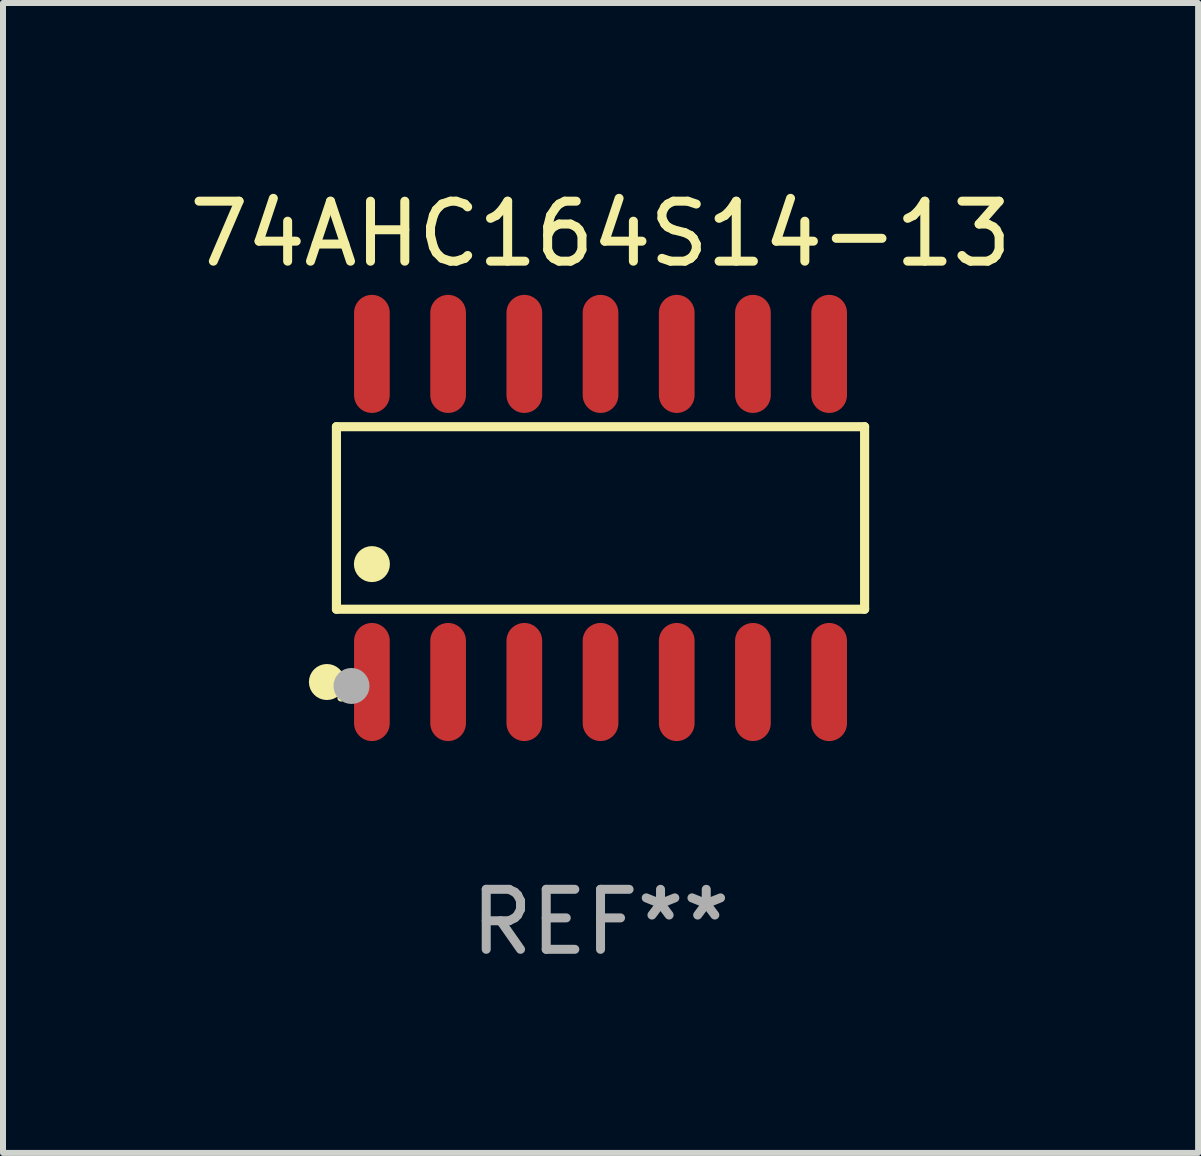
<source format=kicad_pcb>
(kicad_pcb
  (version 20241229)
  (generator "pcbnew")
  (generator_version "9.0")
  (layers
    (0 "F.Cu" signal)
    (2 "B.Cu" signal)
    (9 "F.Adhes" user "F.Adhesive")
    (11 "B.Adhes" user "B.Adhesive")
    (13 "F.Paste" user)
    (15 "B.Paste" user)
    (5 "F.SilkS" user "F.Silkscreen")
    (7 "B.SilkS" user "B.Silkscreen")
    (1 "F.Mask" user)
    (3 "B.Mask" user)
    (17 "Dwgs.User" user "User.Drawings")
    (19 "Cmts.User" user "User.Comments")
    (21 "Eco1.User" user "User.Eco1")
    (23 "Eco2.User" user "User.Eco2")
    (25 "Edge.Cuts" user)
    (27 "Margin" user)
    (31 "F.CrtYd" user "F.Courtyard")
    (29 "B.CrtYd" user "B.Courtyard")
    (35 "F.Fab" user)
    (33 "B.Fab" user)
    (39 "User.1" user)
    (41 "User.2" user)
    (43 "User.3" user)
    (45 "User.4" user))
  (footprint "74AHC164S14-13"
    (layer "F.Cu")
    (at 6.958 5.582)
    (property "Reference" "74AHC164S14-13" (at 0 -4.734 0) (layer "F.SilkS") (effects (font (size 1 1) (thickness 0.15))))
    (attr through_hole)
    (fp_line (start -4.401 -1.521) (end 4.401 -1.521) (stroke (width 0.152) (type solid)) (layer "F.SilkS"))
    (fp_line (start -4.401 1.521) (end -4.401 -1.521) (stroke (width 0.152) (type solid)) (layer "F.SilkS"))
    (fp_line (start 4.401 -1.521) (end 4.401 1.521) (stroke (width 0.152) (type solid)) (layer "F.SilkS"))
    (fp_line (start 4.401 1.521) (end -4.401 1.521) (stroke (width 0.152) (type solid)) (layer "F.SilkS"))
    (fp_circle (center -4.56 2.734) (end -4.41 2.734) (stroke (width 0.3) (type solid)) (fill no) (layer "F.SilkS"))
    (fp_circle (center -4.325 3) (end -4.295 3) (stroke (width 0.06) (type solid)) (fill no) (layer "F.SilkS"))
    (fp_circle (center -3.81 0.769) (end -3.66 0.769) (stroke (width 0.3) (type solid)) (fill no) (layer "F.SilkS"))
    (fp_circle (center -4.15 2.8) (end -4 2.8) (stroke (width 0.3) (type solid)) (fill no) (layer "F.Fab"))
    (fp_text user "REF**" (at 0 6.734 0) (layer "F.Fab") (effects (font (size 1 1) (thickness 0.15))))
    (pad "1" smd oval (at -3.81 2.734) (size 0.595 1.968) (layers "F.Cu" "F.Mask" "F.Paste"))
    (pad "2" smd oval (at -2.54 2.734) (size 0.595 1.968) (layers "F.Cu" "F.Mask" "F.Paste"))
    (pad "3" smd oval (at -1.27 2.734) (size 0.595 1.968) (layers "F.Cu" "F.Mask" "F.Paste"))
    (pad "4" smd oval (at 0 2.734) (size 0.595 1.968) (layers "F.Cu" "F.Mask" "F.Paste"))
    (pad "5" smd oval (at 1.27 2.734) (size 0.595 1.968) (layers "F.Cu" "F.Mask" "F.Paste"))
    (pad "6" smd oval (at 2.54 2.734) (size 0.595 1.968) (layers "F.Cu" "F.Mask" "F.Paste"))
    (pad "7" smd oval (at 3.81 2.734) (size 0.595 1.968) (layers "F.Cu" "F.Mask" "F.Paste"))
    (pad "8" smd oval (at 3.81 -2.734) (size 0.595 1.968) (layers "F.Cu" "F.Mask" "F.Paste"))
    (pad "9" smd oval (at 2.54 -2.734) (size 0.595 1.968) (layers "F.Cu" "F.Mask" "F.Paste"))
    (pad "10" smd oval (at 1.27 -2.734) (size 0.595 1.968) (layers "F.Cu" "F.Mask" "F.Paste"))
    (pad "11" smd oval (at 0 -2.734) (size 0.595 1.968) (layers "F.Cu" "F.Mask" "F.Paste"))
    (pad "12" smd oval (at -1.27 -2.734) (size 0.595 1.968) (layers "F.Cu" "F.Mask" "F.Paste"))
    (pad "13" smd oval (at -2.54 -2.734) (size 0.595 1.968) (layers "F.Cu" "F.Mask" "F.Paste"))
    (pad "14" smd oval (at -3.81 -2.734) (size 0.595 1.968) (layers "F.Cu" "F.Mask" "F.Paste")))
  (gr_rect
    (start -3 -3)
    (end 16.917 16.164)
    (stroke (width 0.1) (type default))
    (fill no)
    (layer "Edge.Cuts")))
</source>
